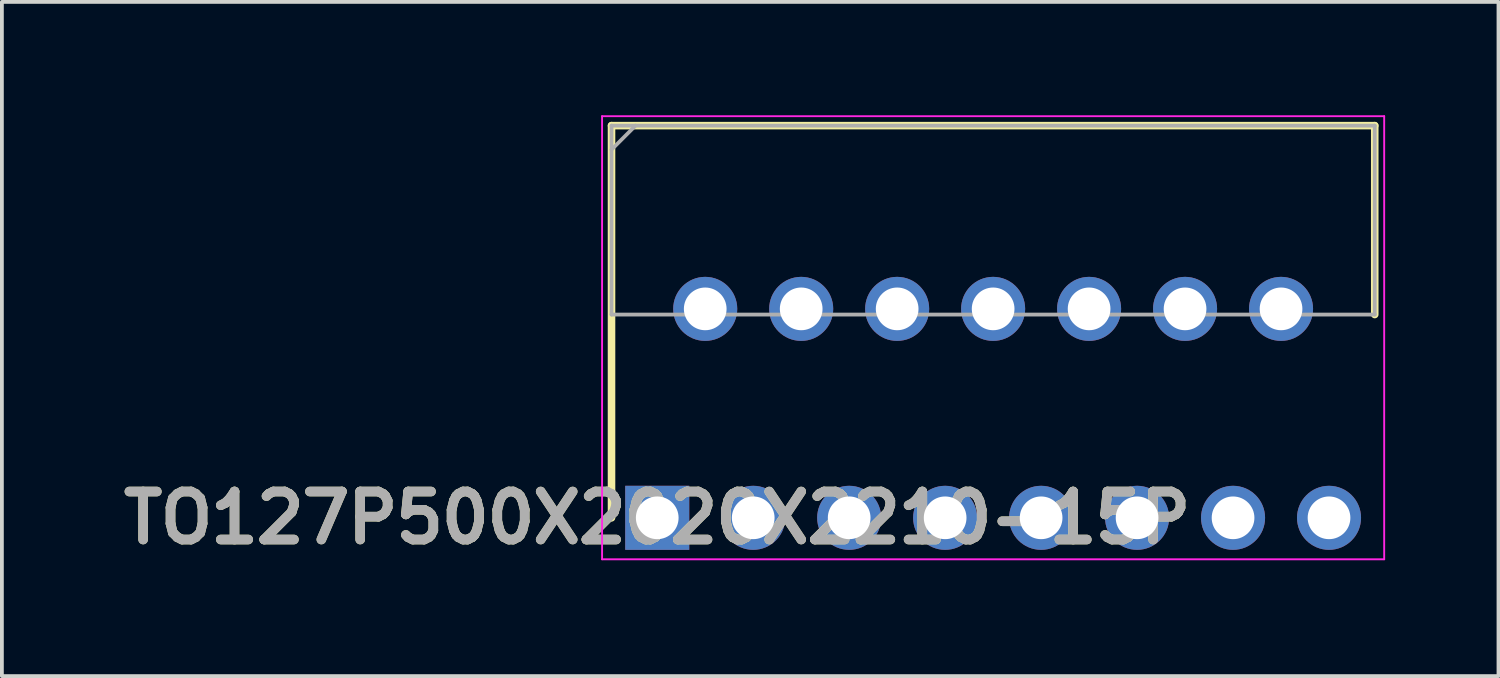
<source format=kicad_pcb>
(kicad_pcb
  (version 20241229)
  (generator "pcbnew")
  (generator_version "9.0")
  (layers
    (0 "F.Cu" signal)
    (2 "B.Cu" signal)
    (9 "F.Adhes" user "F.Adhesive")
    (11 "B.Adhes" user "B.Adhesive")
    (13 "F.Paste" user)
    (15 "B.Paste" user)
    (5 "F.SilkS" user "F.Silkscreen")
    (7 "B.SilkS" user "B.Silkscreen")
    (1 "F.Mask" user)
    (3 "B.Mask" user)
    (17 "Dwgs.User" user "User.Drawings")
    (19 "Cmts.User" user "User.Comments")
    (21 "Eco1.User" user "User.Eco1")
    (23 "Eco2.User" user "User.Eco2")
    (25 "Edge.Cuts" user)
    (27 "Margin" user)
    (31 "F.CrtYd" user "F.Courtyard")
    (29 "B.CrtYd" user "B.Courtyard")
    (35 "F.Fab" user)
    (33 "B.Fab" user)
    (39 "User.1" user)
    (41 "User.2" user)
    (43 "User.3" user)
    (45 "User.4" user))
  (footprint "TO127P500X2020X2210-15P"
    (layer "F.Cu")
    (at 14.345 10.655)
    (property "Reference" "TO127P500X2020X2210-15P" (at 0 0 0) (layer "F.SilkS") (effects (font (size 1.27 1.27) (thickness 0.254))))
    (attr through_hole)
    (fp_line (start -1.21 -10.38) (end -1.21 0) (stroke (width 0.2) (type solid)) (layer "F.SilkS"))
    (fp_line (start 18.99 -10.38) (end -1.21 -10.38) (stroke (width 0.2) (type solid)) (layer "F.SilkS"))
    (fp_line (start 18.99 -5.38) (end 18.99 -10.38) (stroke (width 0.2) (type solid)) (layer "F.SilkS"))
    (fp_line (start -1.46 -10.63) (end 19.24 -10.63) (stroke (width 0.05) (type solid)) (layer "F.CrtYd"))
    (fp_line (start -1.46 1.098) (end -1.46 -10.63) (stroke (width 0.05) (type solid)) (layer "F.CrtYd"))
    (fp_line (start 19.24 -10.63) (end 19.24 1.098) (stroke (width 0.05) (type solid)) (layer "F.CrtYd"))
    (fp_line (start 19.24 1.098) (end -1.46 1.098) (stroke (width 0.05) (type solid)) (layer "F.CrtYd"))
    (fp_line (start -1.21 -10.38) (end 18.99 -10.38) (stroke (width 0.1) (type solid)) (layer "F.Fab"))
    (fp_line (start -1.21 -9.745) (end -0.575 -10.38) (stroke (width 0.1) (type solid)) (layer "F.Fab"))
    (fp_line (start -1.21 -5.38) (end -1.21 -10.38) (stroke (width 0.1) (type solid)) (layer "F.Fab"))
    (fp_line (start 18.99 -10.38) (end 18.99 -5.38) (stroke (width 0.1) (type solid)) (layer "F.Fab"))
    (fp_line (start 18.99 -5.38) (end -1.21 -5.38) (stroke (width 0.1) (type solid)) (layer "F.Fab"))
    (fp_text user "${REFERENCE}" (at 0 0 0) (layer "F.Fab") (effects (font (size 1.27 1.27) (thickness 0.254))))
    (pad "1" thru_hole rect (at 0 0) (size 1.695 1.695) (drill 1.13) (layers "*.Cu" "*.Mask"))
    (pad "2" thru_hole circle (at 1.27 -5.53) (size 1.695 1.695) (drill 1.13) (layers "*.Cu" "*.Mask"))
    (pad "3" thru_hole circle (at 2.54 0) (size 1.695 1.695) (drill 1.13) (layers "*.Cu" "*.Mask"))
    (pad "4" thru_hole circle (at 3.81 -5.53) (size 1.695 1.695) (drill 1.13) (layers "*.Cu" "*.Mask"))
    (pad "5" thru_hole circle (at 5.08 0) (size 1.695 1.695) (drill 1.13) (layers "*.Cu" "*.Mask"))
    (pad "6" thru_hole circle (at 6.35 -5.53) (size 1.695 1.695) (drill 1.13) (layers "*.Cu" "*.Mask"))
    (pad "7" thru_hole circle (at 7.62 0) (size 1.695 1.695) (drill 1.13) (layers "*.Cu" "*.Mask"))
    (pad "8" thru_hole circle (at 8.89 -5.53) (size 1.695 1.695) (drill 1.13) (layers "*.Cu" "*.Mask"))
    (pad "9" thru_hole circle (at 10.16 0) (size 1.695 1.695) (drill 1.13) (layers "*.Cu" "*.Mask"))
    (pad "10" thru_hole circle (at 11.43 -5.53) (size 1.695 1.695) (drill 1.13) (layers "*.Cu" "*.Mask"))
    (pad "11" thru_hole circle (at 12.7 0) (size 1.695 1.695) (drill 1.13) (layers "*.Cu" "*.Mask"))
    (pad "12" thru_hole circle (at 13.97 -5.53) (size 1.695 1.695) (drill 1.13) (layers "*.Cu" "*.Mask"))
    (pad "13" thru_hole circle (at 15.24 0) (size 1.695 1.695) (drill 1.13) (layers "*.Cu" "*.Mask"))
    (pad "14" thru_hole circle (at 16.51 -5.53) (size 1.695 1.695) (drill 1.13) (layers "*.Cu" "*.Mask"))
    (pad "15" thru_hole circle (at 17.78 0) (size 1.695 1.695) (drill 1.13) (layers "*.Cu" "*.Mask")))
  (gr_rect
    (start -3 -3)
    (end 36.61 14.844)
    (stroke (width 0.1) (type default))
    (fill no)
    (layer "Edge.Cuts")))
</source>
